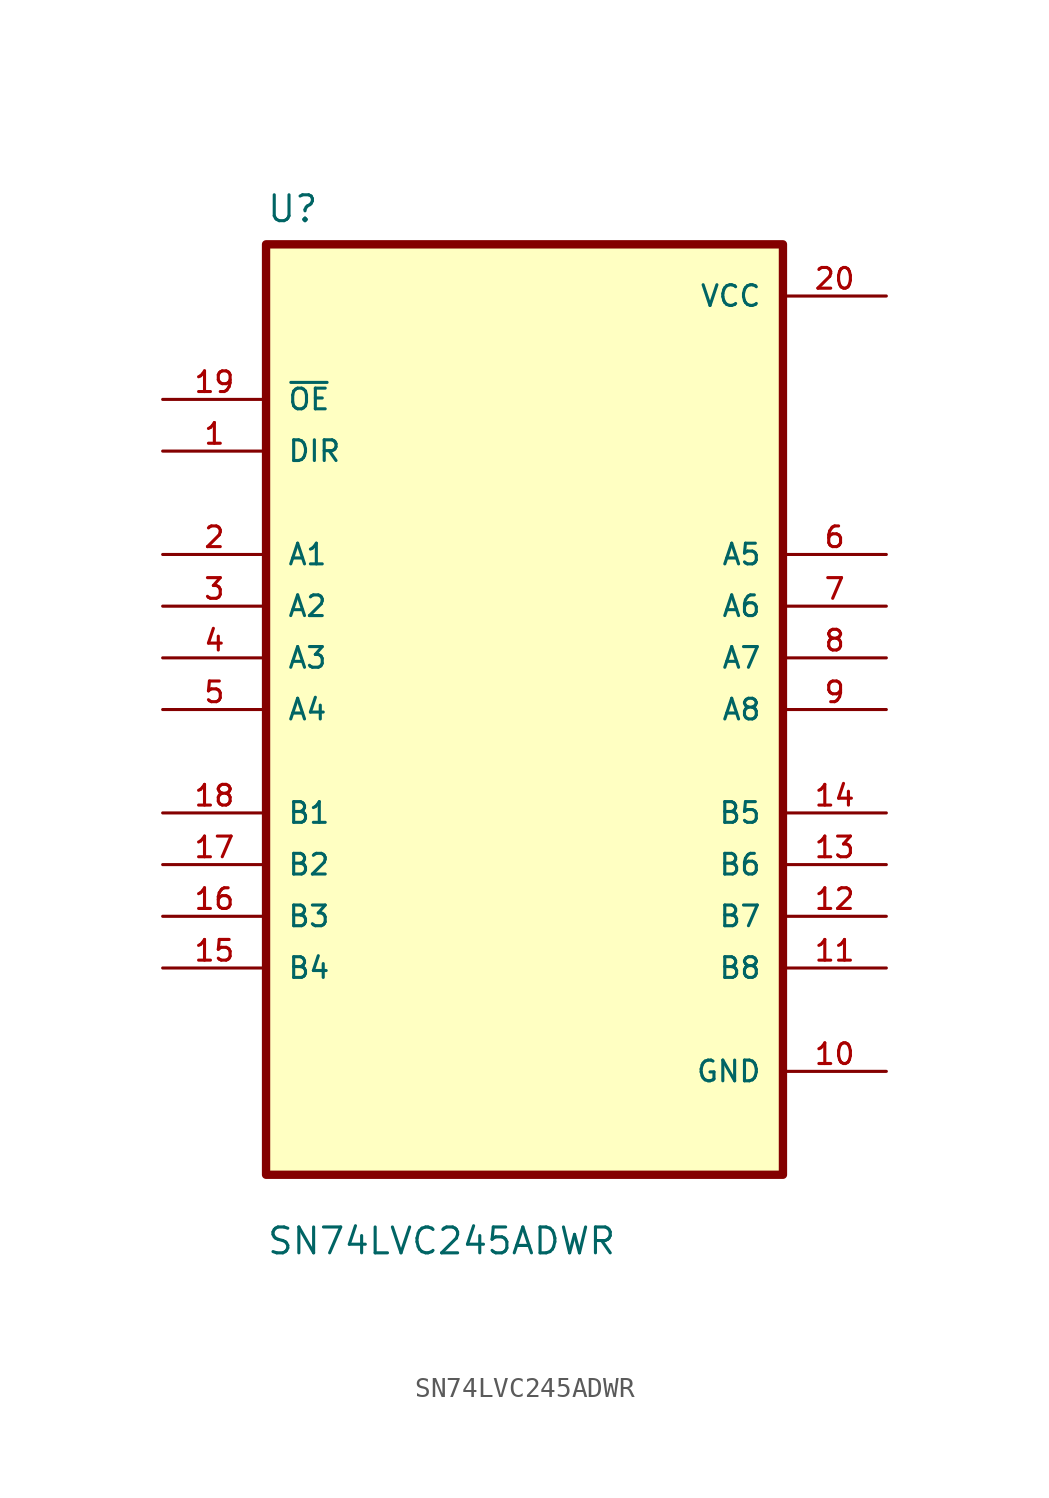
<source format=kicad_sym>
(kicad_symbol_lib
  (version 20211014)
  (generator kicad_symbol_editor)
  (symbol "SN74LVC245ADWR"
    (pin_names
      (offset 1.016))
    (property "Reference" "U"
      (at -12.7 23.86 0.0)
      (effects (font (size 1.27 1.27)) (justify bottom left)))
    (property "Value" "SN74LVC245ADWR"
      (at -12.7 -26.86 0.0)
      (effects (font (size 1.27 1.27)) (justify bottom left)))
    (symbol "SN74LVC245ADWR_0_0"
      (rectangle (start -12.7 -22.86) (end 12.7 22.86) (stroke (width 0.41)) (fill (type background)))
      (pin input line (at -17.78 15.24 0) (length 5.08) (name "~{OE}" (effects (font (size 1.016 1.016)))) (number "19" (effects (font (size 1.016 1.016)))))
      (pin input line (at -17.78 12.7 0) (length 5.08) (name "DIR" (effects (font (size 1.016 1.016)))) (number "1" (effects (font (size 1.016 1.016)))))
      (pin bidirectional line (at -17.78 7.62 0) (length 5.08) (name "A1" (effects (font (size 1.016 1.016)))) (number "2" (effects (font (size 1.016 1.016)))))
      (pin bidirectional line (at -17.78 5.08 0) (length 5.08) (name "A2" (effects (font (size 1.016 1.016)))) (number "3" (effects (font (size 1.016 1.016)))))
      (pin bidirectional line (at -17.78 2.54 0) (length 5.08) (name "A3" (effects (font (size 1.016 1.016)))) (number "4" (effects (font (size 1.016 1.016)))))
      (pin bidirectional line (at -17.78 3.55271e-15 0) (length 5.08) (name "A4" (effects (font (size 1.016 1.016)))) (number "5" (effects (font (size 1.016 1.016)))))
      (pin bidirectional line (at -17.78 -5.08 0) (length 5.08) (name "B1" (effects (font (size 1.016 1.016)))) (number "18" (effects (font (size 1.016 1.016)))))
      (pin bidirectional line (at -17.78 -7.62 0) (length 5.08) (name "B2" (effects (font (size 1.016 1.016)))) (number "17" (effects (font (size 1.016 1.016)))))
      (pin bidirectional line (at -17.78 -10.16 0) (length 5.08) (name "B3" (effects (font (size 1.016 1.016)))) (number "16" (effects (font (size 1.016 1.016)))))
      (pin bidirectional line (at -17.78 -12.7 0) (length 5.08) (name "B4" (effects (font (size 1.016 1.016)))) (number "15" (effects (font (size 1.016 1.016)))))
      (pin power_in line (at 17.78 20.32 180.0) (length 5.08) (name "VCC" (effects (font (size 1.016 1.016)))) (number "20" (effects (font (size 1.016 1.016)))))
      (pin bidirectional line (at 17.78 7.62 180.0) (length 5.08) (name "A5" (effects (font (size 1.016 1.016)))) (number "6" (effects (font (size 1.016 1.016)))))
      (pin bidirectional line (at 17.78 5.08 180.0) (length 5.08) (name "A6" (effects (font (size 1.016 1.016)))) (number "7" (effects (font (size 1.016 1.016)))))
      (pin bidirectional line (at 17.78 2.54 180.0) (length 5.08) (name "A7" (effects (font (size 1.016 1.016)))) (number "8" (effects (font (size 1.016 1.016)))))
      (pin bidirectional line (at 17.78 0.0 180.0) (length 5.08) (name "A8" (effects (font (size 1.016 1.016)))) (number "9" (effects (font (size 1.016 1.016)))))
      (pin bidirectional line (at 17.78 -5.08 180.0) (length 5.08) (name "B5" (effects (font (size 1.016 1.016)))) (number "14" (effects (font (size 1.016 1.016)))))
      (pin bidirectional line (at 17.78 -7.62 180.0) (length 5.08) (name "B6" (effects (font (size 1.016 1.016)))) (number "13" (effects (font (size 1.016 1.016)))))
      (pin bidirectional line (at 17.78 -10.16 180.0) (length 5.08) (name "B7" (effects (font (size 1.016 1.016)))) (number "12" (effects (font (size 1.016 1.016)))))
      (pin bidirectional line (at 17.78 -12.7 180.0) (length 5.08) (name "B8" (effects (font (size 1.016 1.016)))) (number "11" (effects (font (size 1.016 1.016)))))
      (pin power_in line (at 17.78 -17.78 180.0) (length 5.08) (name "GND" (effects (font (size 1.016 1.016)))) (number "10" (effects (font (size 1.016 1.016))))))))
</source>
